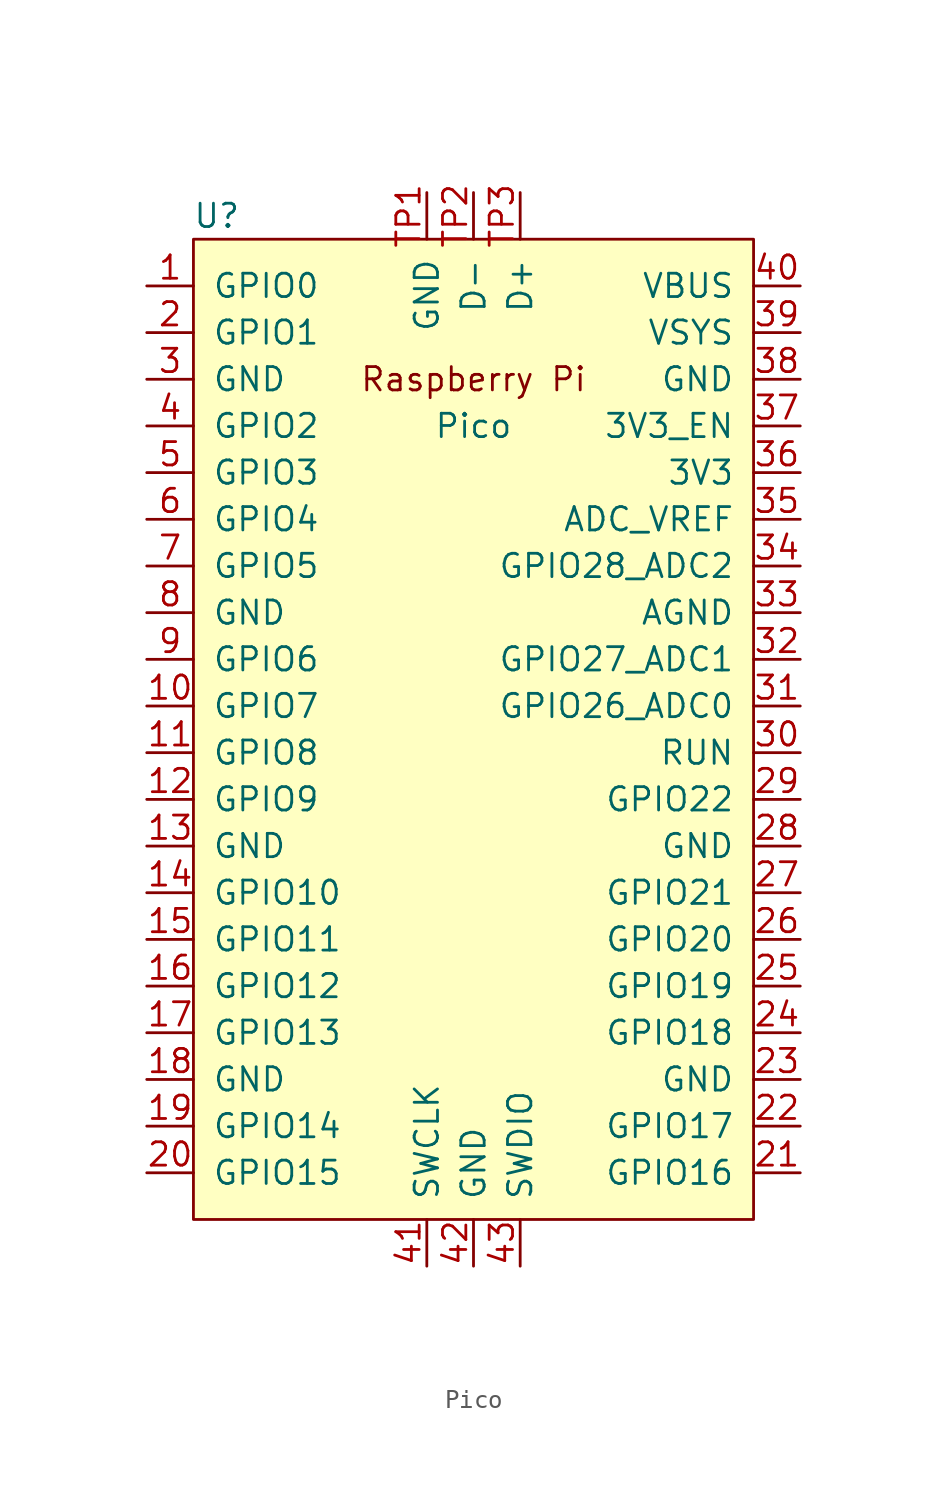
<source format=kicad_sym>
(kicad_symbol_lib
  (version 20231120)
  (generator "kicad_symbol_editor")
  (generator_version "8.0")
  (symbol "Pico"
    (pin_names
      (offset 1.016))
    (property "Reference" "U"
      (at -13.97 27.94 0)
      (effects (font (size 1.27 1.27))))
    (property "Value" "Pico"
      (at 0 16.51 0)
      (effects (font (size 1.27 1.27))))
    (symbol "Pico_0_0"
      (text "Raspberry Pi" (at 0 19.05 0) (effects (font (size 1.27 1.27)))))
    (symbol "Pico_0_1"
      (rectangle (start -15.24 26.67) (end 15.24 -26.67) (stroke (width 0) (type default)) (fill (type background))))
    (symbol "Pico_1_1"
      (pin bidirectional line (at -17.78 24.13 0) (length 2.54) (name "GPIO0" (effects (font (size 1.27 1.27)))) (number "1" (effects (font (size 1.27 1.27)))))
      (pin bidirectional line (at -17.78 1.27 0) (length 2.54) (name "GPIO7" (effects (font (size 1.27 1.27)))) (number "10" (effects (font (size 1.27 1.27)))))
      (pin bidirectional line (at -17.78 -1.27 0) (length 2.54) (name "GPIO8" (effects (font (size 1.27 1.27)))) (number "11" (effects (font (size 1.27 1.27)))))
      (pin bidirectional line (at -17.78 -3.81 0) (length 2.54) (name "GPIO9" (effects (font (size 1.27 1.27)))) (number "12" (effects (font (size 1.27 1.27)))))
      (pin power_in line (at -17.78 -6.35 0) (length 2.54) (name "GND" (effects (font (size 1.27 1.27)))) (number "13" (effects (font (size 1.27 1.27)))))
      (pin bidirectional line (at -17.78 -8.89 0) (length 2.54) (name "GPIO10" (effects (font (size 1.27 1.27)))) (number "14" (effects (font (size 1.27 1.27)))))
      (pin bidirectional line (at -17.78 -11.43 0) (length 2.54) (name "GPIO11" (effects (font (size 1.27 1.27)))) (number "15" (effects (font (size 1.27 1.27)))))
      (pin bidirectional line (at -17.78 -13.97 0) (length 2.54) (name "GPIO12" (effects (font (size 1.27 1.27)))) (number "16" (effects (font (size 1.27 1.27)))))
      (pin bidirectional line (at -17.78 -16.51 0) (length 2.54) (name "GPIO13" (effects (font (size 1.27 1.27)))) (number "17" (effects (font (size 1.27 1.27)))))
      (pin power_in line (at -17.78 -19.05 0) (length 2.54) (name "GND" (effects (font (size 1.27 1.27)))) (number "18" (effects (font (size 1.27 1.27)))))
      (pin bidirectional line (at -17.78 -21.59 0) (length 2.54) (name "GPIO14" (effects (font (size 1.27 1.27)))) (number "19" (effects (font (size 1.27 1.27)))))
      (pin bidirectional line (at -17.78 21.59 0) (length 2.54) (name "GPIO1" (effects (font (size 1.27 1.27)))) (number "2" (effects (font (size 1.27 1.27)))))
      (pin bidirectional line (at -17.78 -24.13 0) (length 2.54) (name "GPIO15" (effects (font (size 1.27 1.27)))) (number "20" (effects (font (size 1.27 1.27)))))
      (pin bidirectional line (at 17.78 -24.13 180) (length 2.54) (name "GPIO16" (effects (font (size 1.27 1.27)))) (number "21" (effects (font (size 1.27 1.27)))))
      (pin bidirectional line (at 17.78 -21.59 180) (length 2.54) (name "GPIO17" (effects (font (size 1.27 1.27)))) (number "22" (effects (font (size 1.27 1.27)))))
      (pin power_in line (at 17.78 -19.05 180) (length 2.54) (name "GND" (effects (font (size 1.27 1.27)))) (number "23" (effects (font (size 1.27 1.27)))))
      (pin bidirectional line (at 17.78 -16.51 180) (length 2.54) (name "GPIO18" (effects (font (size 1.27 1.27)))) (number "24" (effects (font (size 1.27 1.27)))))
      (pin bidirectional line (at 17.78 -13.97 180) (length 2.54) (name "GPIO19" (effects (font (size 1.27 1.27)))) (number "25" (effects (font (size 1.27 1.27)))))
      (pin bidirectional line (at 17.78 -11.43 180) (length 2.54) (name "GPIO20" (effects (font (size 1.27 1.27)))) (number "26" (effects (font (size 1.27 1.27)))))
      (pin bidirectional line (at 17.78 -8.89 180) (length 2.54) (name "GPIO21" (effects (font (size 1.27 1.27)))) (number "27" (effects (font (size 1.27 1.27)))))
      (pin power_in line (at 17.78 -6.35 180) (length 2.54) (name "GND" (effects (font (size 1.27 1.27)))) (number "28" (effects (font (size 1.27 1.27)))))
      (pin bidirectional line (at 17.78 -3.81 180) (length 2.54) (name "GPIO22" (effects (font (size 1.27 1.27)))) (number "29" (effects (font (size 1.27 1.27)))))
      (pin power_in line (at -17.78 19.05 0) (length 2.54) (name "GND" (effects (font (size 1.27 1.27)))) (number "3" (effects (font (size 1.27 1.27)))))
      (pin input line (at 17.78 -1.27 180) (length 2.54) (name "RUN" (effects (font (size 1.27 1.27)))) (number "30" (effects (font (size 1.27 1.27)))))
      (pin bidirectional line (at 17.78 1.27 180) (length 2.54) (name "GPIO26_ADC0" (effects (font (size 1.27 1.27)))) (number "31" (effects (font (size 1.27 1.27)))))
      (pin bidirectional line (at 17.78 3.81 180) (length 2.54) (name "GPIO27_ADC1" (effects (font (size 1.27 1.27)))) (number "32" (effects (font (size 1.27 1.27)))))
      (pin power_in line (at 17.78 6.35 180) (length 2.54) (name "AGND" (effects (font (size 1.27 1.27)))) (number "33" (effects (font (size 1.27 1.27)))))
      (pin bidirectional line (at 17.78 8.89 180) (length 2.54) (name "GPIO28_ADC2" (effects (font (size 1.27 1.27)))) (number "34" (effects (font (size 1.27 1.27)))))
      (pin bidirectional line (at 17.78 11.43 180) (length 2.54) (name "ADC_VREF" (effects (font (size 1.27 1.27)))) (number "35" (effects (font (size 1.27 1.27)))))
      (pin power_out line (at 17.78 13.97 180) (length 2.54) (name "3V3" (effects (font (size 1.27 1.27)))) (number "36" (effects (font (size 1.27 1.27)))))
      (pin input line (at 17.78 16.51 180) (length 2.54) (name "3V3_EN" (effects (font (size 1.27 1.27)))) (number "37" (effects (font (size 1.27 1.27)))))
      (pin power_in line (at 17.78 19.05 180) (length 2.54) (name "GND" (effects (font (size 1.27 1.27)))) (number "38" (effects (font (size 1.27 1.27)))))
      (pin power_in line (at 17.78 21.59 180) (length 2.54) (name "VSYS" (effects (font (size 1.27 1.27)))) (number "39" (effects (font (size 1.27 1.27)))))
      (pin bidirectional line (at -17.78 16.51 0) (length 2.54) (name "GPIO2" (effects (font (size 1.27 1.27)))) (number "4" (effects (font (size 1.27 1.27)))))
      (pin passive line (at 17.78 24.13 180) (length 2.54) (name "VBUS" (effects (font (size 1.27 1.27)))) (number "40" (effects (font (size 1.27 1.27)))))
      (pin input line (at -2.54 -29.21 90) (length 2.54) (name "SWCLK" (effects (font (size 1.27 1.27)))) (number "41" (effects (font (size 1.27 1.27)))))
      (pin power_in line (at 0 -29.21 90) (length 2.54) (name "GND" (effects (font (size 1.27 1.27)))) (number "42" (effects (font (size 1.27 1.27)))))
      (pin bidirectional line (at 2.54 -29.21 90) (length 2.54) (name "SWDIO" (effects (font (size 1.27 1.27)))) (number "43" (effects (font (size 1.27 1.27)))))
      (pin bidirectional line (at -17.78 13.97 0) (length 2.54) (name "GPIO3" (effects (font (size 1.27 1.27)))) (number "5" (effects (font (size 1.27 1.27)))))
      (pin bidirectional line (at -17.78 11.43 0) (length 2.54) (name "GPIO4" (effects (font (size 1.27 1.27)))) (number "6" (effects (font (size 1.27 1.27)))))
      (pin bidirectional line (at -17.78 8.89 0) (length 2.54) (name "GPIO5" (effects (font (size 1.27 1.27)))) (number "7" (effects (font (size 1.27 1.27)))))
      (pin power_in line (at -17.78 6.35 0) (length 2.54) (name "GND" (effects (font (size 1.27 1.27)))) (number "8" (effects (font (size 1.27 1.27)))))
      (pin bidirectional line (at -17.78 3.81 0) (length 2.54) (name "GPIO6" (effects (font (size 1.27 1.27)))) (number "9" (effects (font (size 1.27 1.27)))))
      (pin power_in line (at -2.54 29.21 270) (length 2.54) (name "GND" (effects (font (size 1.27 1.27)))) (number "TP1" (effects (font (size 1.27 1.27)))))
      (pin bidirectional line (at 0 29.21 270) (length 2.54) (name "D-" (effects (font (size 1.27 1.27)))) (number "TP2" (effects (font (size 1.27 1.27)))))
      (pin bidirectional line (at 2.54 29.21 270) (length 2.54) (name "D+" (effects (font (size 1.27 1.27)))) (number "TP3" (effects (font (size 1.27 1.27))))))))
</source>
